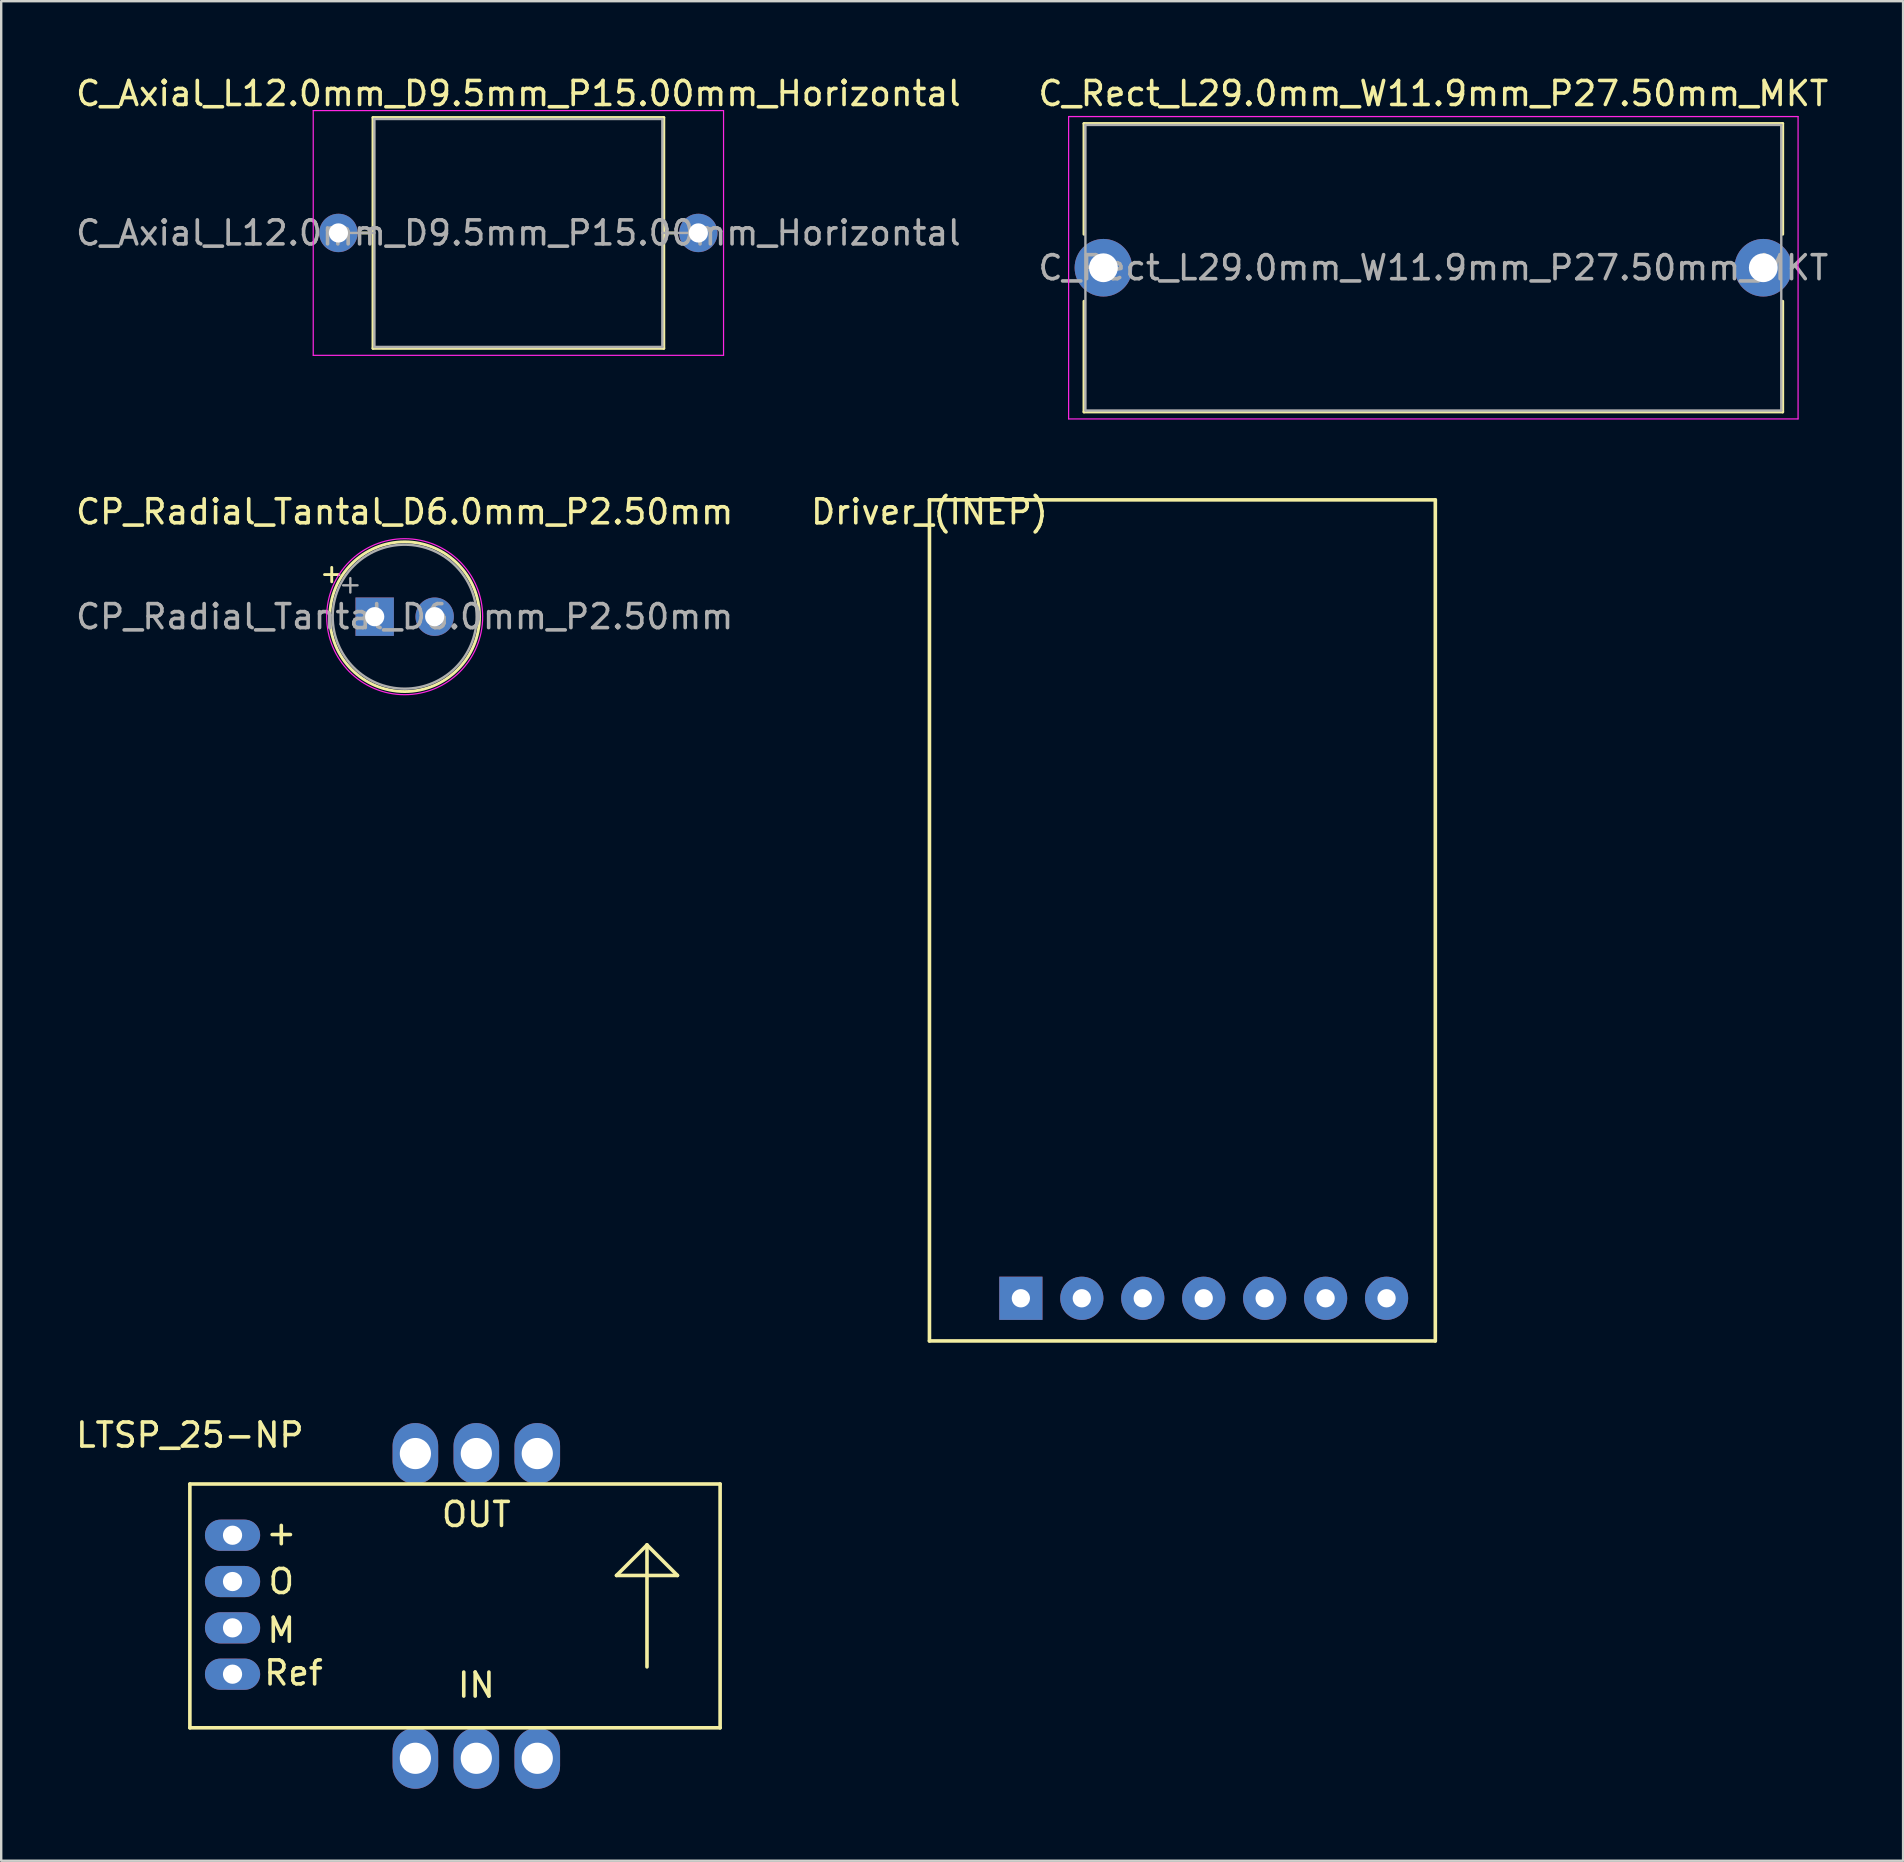
<source format=kicad_pcb>
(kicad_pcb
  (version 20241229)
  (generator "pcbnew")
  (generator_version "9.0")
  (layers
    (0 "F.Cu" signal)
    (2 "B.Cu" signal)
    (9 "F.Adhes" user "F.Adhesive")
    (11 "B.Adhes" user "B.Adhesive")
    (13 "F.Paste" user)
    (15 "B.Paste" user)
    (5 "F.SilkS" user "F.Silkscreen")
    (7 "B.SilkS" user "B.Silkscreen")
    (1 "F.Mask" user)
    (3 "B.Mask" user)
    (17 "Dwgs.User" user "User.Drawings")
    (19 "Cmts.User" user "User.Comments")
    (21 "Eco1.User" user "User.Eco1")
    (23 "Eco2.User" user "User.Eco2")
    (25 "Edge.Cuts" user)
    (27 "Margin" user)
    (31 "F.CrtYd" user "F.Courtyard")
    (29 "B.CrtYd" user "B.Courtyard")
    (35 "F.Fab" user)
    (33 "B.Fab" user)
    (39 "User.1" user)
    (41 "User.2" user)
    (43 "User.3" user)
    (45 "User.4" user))
  (footprint "LTSP_25-NP"
    (layer "F.Cu")
    (at 4.863 58.797)
    (property "Reference" "LTSP_25-NP" (at 0 -2.04 0) (layer "F.SilkS") (effects (font (size 1 1) (thickness 0.15))))
    (attr through_hole)
    (fp_line (start 0 0) (end 0 10.16) (stroke (width 0.15) (type solid)) (layer "F.SilkS"))
    (fp_line (start 0 0) (end 22.098 0) (stroke (width 0.15) (type solid)) (layer "F.SilkS"))
    (fp_line (start 0 10.16) (end 22.098 10.16) (stroke (width 0.15) (type solid)) (layer "F.SilkS"))
    (fp_line (start 17.78 3.81) (end 20.32 3.81) (stroke (width 0.15) (type solid)) (layer "F.SilkS"))
    (fp_line (start 19.05 2.54) (end 17.78 3.81) (stroke (width 0.15) (type solid)) (layer "F.SilkS"))
    (fp_line (start 19.05 7.62) (end 19.05 2.54) (stroke (width 0.15) (type solid)) (layer "F.SilkS"))
    (fp_line (start 20.32 3.81) (end 19.05 2.54) (stroke (width 0.15) (type solid)) (layer "F.SilkS"))
    (fp_line (start 22.098 0) (end 22.098 10.16) (stroke (width 0.15) (type solid)) (layer "F.SilkS"))
    (fp_text user "O" (at 3.81 4.064 0) (layer "F.SilkS") (effects (font (size 1 1) (thickness 0.15))))
    (fp_text user "M" (at 3.81 6.096 0) (layer "F.SilkS") (effects (font (size 1 1) (thickness 0.15))))
    (fp_text user "OUT" (at 11.938 1.27 0) (layer "F.SilkS") (effects (font (size 1 1) (thickness 0.15))))
    (fp_text user "+" (at 3.81 2.032 0) (layer "F.SilkS") (effects (font (size 1 1) (thickness 0.15))))
    (fp_text user "IN" (at 11.938 8.382 0) (layer "F.SilkS") (effects (font (size 1 1) (thickness 0.15))))
    (fp_text user "Ref" (at 4.318 7.874 0) (layer "F.SilkS") (effects (font (size 1 1) (thickness 0.15))))
    (pad "1" thru_hole oval (at 9.398 -1.27) (size 1.9 2.54) (drill 1.3) (layers "*.Cu" "*.Mask"))
    (pad "2" thru_hole oval (at 11.938 -1.27) (size 1.9 2.54) (drill 1.3) (layers "*.Cu" "*.Mask"))
    (pad "3" thru_hole oval (at 14.478 -1.27) (size 1.9 2.54) (drill 1.3) (layers "*.Cu" "*.Mask"))
    (pad "4" thru_hole oval (at 14.478 11.43) (size 1.9 2.54) (drill 1.3) (layers "*.Cu" "*.Mask"))
    (pad "5" thru_hole oval (at 11.938 11.43) (size 1.9 2.54) (drill 1.3) (layers "*.Cu" "*.Mask"))
    (pad "6" thru_hole oval (at 9.398 11.43) (size 1.9 2.54) (drill 1.3) (layers "*.Cu" "*.Mask"))
    (pad "7" thru_hole oval (at 1.778 2.134 180) (size 2.3 1.3) (drill 0.8) (layers "*.Cu" "*.Mask"))
    (pad "8" thru_hole oval (at 1.778 4.064 180) (size 2.3 1.3) (drill 0.8) (layers "*.Cu" "*.Mask"))
    (pad "9" thru_hole oval (at 1.778 5.994 180) (size 2.3 1.3) (drill 0.8) (layers "*.Cu" "*.Mask"))
    (pad "10" thru_hole oval (at 1.778 7.925 180) (size 2.3 1.3) (drill 0.8) (layers "*.Cu" "*.Mask")))
  (footprint "Driver_(INEP)"
    (layer "F.Cu")
    (at 35.685 17.782)
    (property "Reference" "Driver_(INEP)" (at 0 0.5 0) (layer "F.SilkS") (effects (font (size 1 1) (thickness 0.15))))
    (attr through_hole)
    (fp_line (start 0 0) (end 0 35.052) (stroke (width 0.15) (type solid)) (layer "F.SilkS"))
    (fp_line (start 0 0) (end 21.082 0) (stroke (width 0.15) (type solid)) (layer "F.SilkS"))
    (fp_line (start 0 35.052) (end 21.082 35.052) (stroke (width 0.15) (type solid)) (layer "F.SilkS"))
    (fp_line (start 21.082 0) (end 21.082 35.052) (stroke (width 0.15) (type solid)) (layer "F.SilkS"))
    (pad "1" thru_hole rect (at 3.81 33.274 180) (size 1.8 1.8) (drill 0.762) (layers "*.Cu" "*.Mask"))
    (pad "2" thru_hole circle (at 6.35 33.274 180) (size 1.8 1.8) (drill 0.762) (layers "*.Cu" "*.Mask"))
    (pad "3" thru_hole circle (at 8.89 33.274 180) (size 1.8 1.8) (drill 0.762) (layers "*.Cu" "*.Mask"))
    (pad "4" thru_hole circle (at 11.43 33.274 180) (size 1.8 1.8) (drill 0.762) (layers "*.Cu" "*.Mask"))
    (pad "5" thru_hole circle (at 13.97 33.274 180) (size 1.8 1.8) (drill 0.762) (layers "*.Cu" "*.Mask"))
    (pad "6" thru_hole circle (at 16.51 33.274 180) (size 1.8 1.8) (drill 0.762) (layers "*.Cu" "*.Mask"))
    (pad "7" thru_hole circle (at 19.05 33.274 180) (size 1.8 1.8) (drill 0.762) (layers "*.Cu" "*.Mask")))
  (footprint "C_Rect_L29.0mm_W11.9mm_P27.50mm_MKT"
    (layer "F.Cu")
    (at 42.935 8.108)
    (property "Reference" "C_Rect_L29.0mm_W11.9mm_P27.50mm_MKT" (at 13.75 -7.26 0) (layer "F.SilkS") (effects (font (size 1 1) (thickness 0.15))))
    (attr through_hole)
    (fp_line (start -0.81 -6.01) (end -0.81 -1.395) (stroke (width 0.12) (type solid)) (layer "F.SilkS"))
    (fp_line (start -0.81 -6.01) (end 28.31 -6.01) (stroke (width 0.12) (type solid)) (layer "F.SilkS"))
    (fp_line (start -0.81 1.395) (end -0.81 6.01) (stroke (width 0.12) (type solid)) (layer "F.SilkS"))
    (fp_line (start -0.81 6.01) (end 28.31 6.01) (stroke (width 0.12) (type solid)) (layer "F.SilkS"))
    (fp_line (start 28.31 -6.01) (end 28.31 -1.395) (stroke (width 0.12) (type solid)) (layer "F.SilkS"))
    (fp_line (start 28.31 1.395) (end 28.31 6.01) (stroke (width 0.12) (type solid)) (layer "F.SilkS"))
    (fp_line (start -1.45 -6.3) (end -1.45 6.3) (stroke (width 0.05) (type solid)) (layer "F.CrtYd"))
    (fp_line (start -1.45 6.3) (end 28.95 6.3) (stroke (width 0.05) (type solid)) (layer "F.CrtYd"))
    (fp_line (start 28.95 -6.3) (end -1.45 -6.3) (stroke (width 0.05) (type solid)) (layer "F.CrtYd"))
    (fp_line (start 28.95 6.3) (end 28.95 -6.3) (stroke (width 0.05) (type solid)) (layer "F.CrtYd"))
    (fp_line (start -0.75 -5.95) (end -0.75 5.95) (stroke (width 0.1) (type solid)) (layer "F.Fab"))
    (fp_line (start -0.75 5.95) (end 28.25 5.95) (stroke (width 0.1) (type solid)) (layer "F.Fab"))
    (fp_line (start 28.25 -5.95) (end -0.75 -5.95) (stroke (width 0.1) (type solid)) (layer "F.Fab"))
    (fp_line (start 28.25 5.95) (end 28.25 -5.95) (stroke (width 0.1) (type solid)) (layer "F.Fab"))
    (fp_text user "${REFERENCE}" (at 13.75 0 0) (layer "F.Fab") (effects (font (size 1 1) (thickness 0.15))))
    (pad "1" thru_hole circle (at 0 0) (size 2.4 2.4) (drill 1.2) (layers "*.Cu" "*.Mask"))
    (pad "2" thru_hole circle (at 27.5 0) (size 2.4 2.4) (drill 1.2) (layers "*.Cu" "*.Mask")))
  (footprint "CP_Radial_Tantal_D6.0mm_P2.50mm"
    (layer "F.Cu")
    (at 12.565 22.651)
    (property "Reference" "CP_Radial_Tantal_D6.0mm_P2.50mm" (at 1.25 -4.37 0) (layer "F.SilkS") (effects (font (size 1 1) (thickness 0.15))))
    (attr through_hole)
    (fp_line (start -2.09 -1.755) (end -1.49 -1.755) (stroke (width 0.12) (type solid)) (layer "F.SilkS"))
    (fp_line (start -1.79 -2.055) (end -1.79 -1.455) (stroke (width 0.12) (type solid)) (layer "F.SilkS"))
    (fp_circle (center 1.25 0) (end 4.37 0) (stroke (width 0.12) (type solid)) (fill no) (layer "F.SilkS"))
    (fp_circle (center 1.25 0) (end 4.5 0) (stroke (width 0.05) (type solid)) (fill no) (layer "F.CrtYd"))
    (fp_line (start -1.315 -1.308) (end -0.715 -1.308) (stroke (width 0.1) (type solid)) (layer "F.Fab"))
    (fp_line (start -1.015 -1.607) (end -1.015 -1.008) (stroke (width 0.1) (type solid)) (layer "F.Fab"))
    (fp_circle (center 1.25 0) (end 4.25 0) (stroke (width 0.1) (type solid)) (fill no) (layer "F.Fab"))
    (fp_text user "${REFERENCE}" (at 1.25 0 0) (layer "F.Fab") (effects (font (size 1 1) (thickness 0.15))))
    (pad "1" thru_hole rect (at 0 0) (size 1.6 1.6) (drill 0.8) (layers "*.Cu" "*.Mask"))
    (pad "2" thru_hole circle (at 2.5 0) (size 1.6 1.6) (drill 0.8) (layers "*.Cu" "*.Mask")))
  (footprint "C_Axial_L12.0mm_D9.5mm_P15.00mm_Horizontal"
    (layer "F.Cu")
    (at 11.054 6.658)
    (property "Reference" "C_Axial_L12.0mm_D9.5mm_P15.00mm_Horizontal" (at 7.5 -5.81 0) (layer "F.SilkS") (effects (font (size 1 1) (thickness 0.15))))
    (attr through_hole)
    (fp_line (start 0.98 0) (end 1.44 0) (stroke (width 0.12) (type solid)) (layer "F.SilkS"))
    (fp_line (start 1.44 -4.81) (end 1.44 4.81) (stroke (width 0.12) (type solid)) (layer "F.SilkS"))
    (fp_line (start 1.44 4.81) (end 13.56 4.81) (stroke (width 0.12) (type solid)) (layer "F.SilkS"))
    (fp_line (start 13.56 -4.81) (end 1.44 -4.81) (stroke (width 0.12) (type solid)) (layer "F.SilkS"))
    (fp_line (start 13.56 4.81) (end 13.56 -4.81) (stroke (width 0.12) (type solid)) (layer "F.SilkS"))
    (fp_line (start 14.02 0) (end 13.56 0) (stroke (width 0.12) (type solid)) (layer "F.SilkS"))
    (fp_line (start -1.05 -5.1) (end -1.05 5.1) (stroke (width 0.05) (type solid)) (layer "F.CrtYd"))
    (fp_line (start -1.05 5.1) (end 16.05 5.1) (stroke (width 0.05) (type solid)) (layer "F.CrtYd"))
    (fp_line (start 16.05 -5.1) (end -1.05 -5.1) (stroke (width 0.05) (type solid)) (layer "F.CrtYd"))
    (fp_line (start 16.05 5.1) (end 16.05 -5.1) (stroke (width 0.05) (type solid)) (layer "F.CrtYd"))
    (fp_line (start 0 0) (end 1.5 0) (stroke (width 0.1) (type solid)) (layer "F.Fab"))
    (fp_line (start 1.5 -4.75) (end 1.5 4.75) (stroke (width 0.1) (type solid)) (layer "F.Fab"))
    (fp_line (start 1.5 4.75) (end 13.5 4.75) (stroke (width 0.1) (type solid)) (layer "F.Fab"))
    (fp_line (start 13.5 -4.75) (end 1.5 -4.75) (stroke (width 0.1) (type solid)) (layer "F.Fab"))
    (fp_line (start 13.5 4.75) (end 13.5 -4.75) (stroke (width 0.1) (type solid)) (layer "F.Fab"))
    (fp_line (start 15 0) (end 13.5 0) (stroke (width 0.1) (type solid)) (layer "F.Fab"))
    (fp_text user "${REFERENCE}" (at 7.5 0 0) (layer "F.Fab") (effects (font (size 1 1) (thickness 0.15))))
    (pad "1" thru_hole circle (at 0 0) (size 1.6 1.6) (drill 0.8) (layers "*.Cu" "*.Mask"))
    (pad "2" thru_hole oval (at 15 0) (size 1.6 1.6) (drill 0.8) (layers "*.Cu" "*.Mask")))
  (gr_rect
    (start -3 -3)
    (end 76.262 74.497)
    (stroke (width 0.1) (type default))
    (fill no)
    (layer "Edge.Cuts")))
</source>
